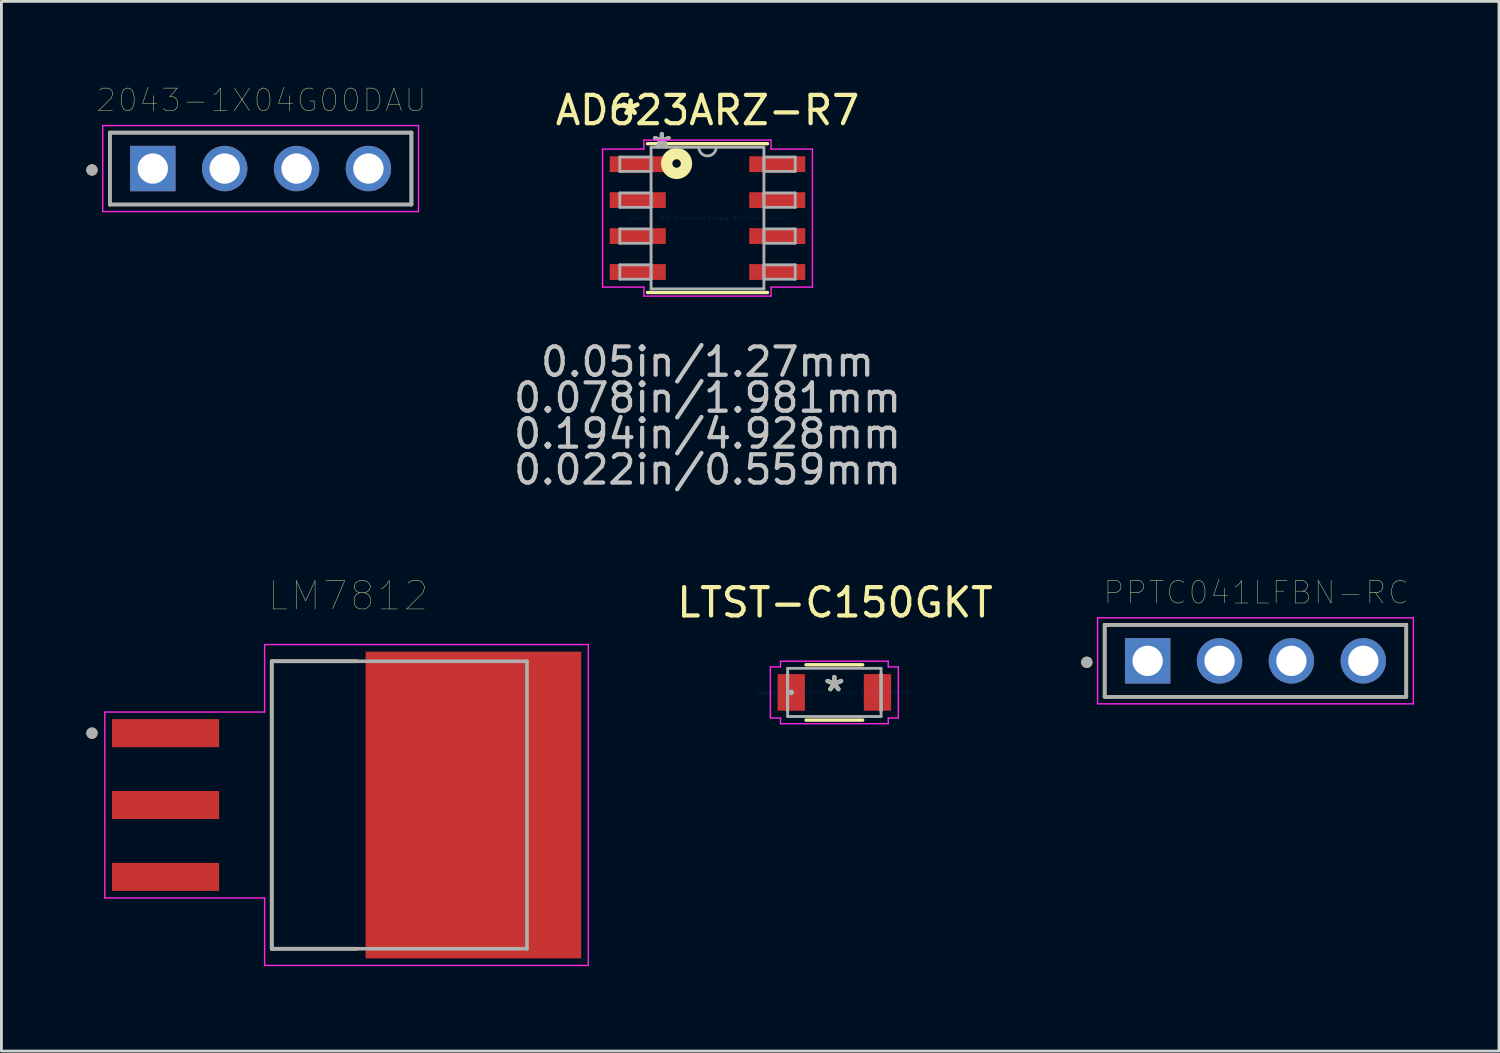
<source format=kicad_pcb>
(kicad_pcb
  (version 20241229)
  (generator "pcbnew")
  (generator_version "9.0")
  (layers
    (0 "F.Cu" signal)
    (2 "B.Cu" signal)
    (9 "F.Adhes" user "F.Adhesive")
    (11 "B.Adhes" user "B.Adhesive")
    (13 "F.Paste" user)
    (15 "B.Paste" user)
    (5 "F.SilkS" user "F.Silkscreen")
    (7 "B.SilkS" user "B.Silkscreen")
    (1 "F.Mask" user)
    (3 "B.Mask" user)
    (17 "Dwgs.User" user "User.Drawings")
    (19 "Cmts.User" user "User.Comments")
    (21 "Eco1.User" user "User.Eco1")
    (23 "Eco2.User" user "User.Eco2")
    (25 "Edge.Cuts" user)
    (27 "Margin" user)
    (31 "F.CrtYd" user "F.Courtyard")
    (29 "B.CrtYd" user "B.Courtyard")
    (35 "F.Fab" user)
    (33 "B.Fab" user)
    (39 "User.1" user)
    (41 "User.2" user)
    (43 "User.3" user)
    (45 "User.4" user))
  (footprint "2043-1X04G00DAU"
    (layer "F.Cu")
    (at 6.16 2.907)
    (property "Reference" "2043-1X04G00DAU" (at 0.025 -2.413 0) (layer "F.SilkS") (effects (font (size 0.8 0.8) (thickness 0.015))))
    (attr through_hole)
    (fp_line (start -5.33 -1.27) (end -5.33 1.27) (stroke (width 0.127) (type solid)) (layer "F.SilkS"))
    (fp_line (start -5.33 1.27) (end 5.33 1.27) (stroke (width 0.127) (type solid)) (layer "F.SilkS"))
    (fp_line (start 5.33 -1.27) (end -5.33 -1.27) (stroke (width 0.127) (type solid)) (layer "F.SilkS"))
    (fp_line (start 5.33 1.27) (end 5.33 -1.27) (stroke (width 0.127) (type solid)) (layer "F.SilkS"))
    (fp_circle (center -5.96 0.05) (end -5.86 0.05) (stroke (width 0.2) (type solid)) (fill no) (layer "F.SilkS"))
    (fp_line (start -5.58 -1.52) (end -5.58 1.52) (stroke (width 0.05) (type solid)) (layer "F.CrtYd"))
    (fp_line (start -5.58 1.52) (end 5.58 1.52) (stroke (width 0.05) (type solid)) (layer "F.CrtYd"))
    (fp_line (start 5.58 -1.52) (end -5.58 -1.52) (stroke (width 0.05) (type solid)) (layer "F.CrtYd"))
    (fp_line (start 5.58 1.52) (end 5.58 -1.52) (stroke (width 0.05) (type solid)) (layer "F.CrtYd"))
    (fp_line (start -5.33 -1.27) (end -5.33 1.27) (stroke (width 0.127) (type solid)) (layer "F.Fab"))
    (fp_line (start -5.33 1.27) (end 5.33 1.27) (stroke (width 0.127) (type solid)) (layer "F.Fab"))
    (fp_line (start 5.33 -1.27) (end -5.33 -1.27) (stroke (width 0.127) (type solid)) (layer "F.Fab"))
    (fp_line (start 5.33 1.27) (end 5.33 -1.27) (stroke (width 0.127) (type solid)) (layer "F.Fab"))
    (fp_circle (center -5.96 0.05) (end -5.86 0.05) (stroke (width 0.2) (type solid)) (fill no) (layer "F.Fab"))
    (pad "1" thru_hole rect (at -3.81 0) (size 1.605 1.605) (drill 1.07) (layers "*.Cu" "*.Mask"))
    (pad "2" thru_hole circle (at -1.27 0) (size 1.605 1.605) (drill 1.07) (layers "*.Cu" "*.Mask"))
    (pad "3" thru_hole circle (at 1.27 0) (size 1.605 1.605) (drill 1.07) (layers "*.Cu" "*.Mask"))
    (pad "4" thru_hole circle (at 3.81 0) (size 1.605 1.605) (drill 1.07) (layers "*.Cu" "*.Mask")))
  (footprint "LTST-C150GKT"
    (layer "F.Cu")
    (at 26.436 21.42)
    (property "Reference" "LTST-C150GKT" (at 0.025 -3.175 0) (layer "F.SilkS") (effects (font (size 1 1) (thickness 0.15))))
    (attr through_hole)
    (fp_line (start -1 0.978) (end 1 0.978) (stroke (width 0.12) (type solid)) (layer "F.SilkS"))
    (fp_line (start 1 -0.978) (end -1 -0.978) (stroke (width 0.12) (type solid)) (layer "F.SilkS"))
    (fp_line (start -2.261 -0.902) (end -1.905 -0.902) (stroke (width 0.05) (type solid)) (layer "F.CrtYd"))
    (fp_line (start -2.261 0.902) (end -2.261 -0.902) (stroke (width 0.05) (type solid)) (layer "F.CrtYd"))
    (fp_line (start -1.905 -1.105) (end 1.905 -1.105) (stroke (width 0.05) (type solid)) (layer "F.CrtYd"))
    (fp_line (start -1.905 -0.902) (end -1.905 -1.105) (stroke (width 0.05) (type solid)) (layer "F.CrtYd"))
    (fp_line (start -1.905 0.902) (end -2.261 0.902) (stroke (width 0.05) (type solid)) (layer "F.CrtYd"))
    (fp_line (start -1.905 1.105) (end -1.905 0.902) (stroke (width 0.05) (type solid)) (layer "F.CrtYd"))
    (fp_line (start 1.905 -1.105) (end 1.905 -0.902) (stroke (width 0.05) (type solid)) (layer "F.CrtYd"))
    (fp_line (start 1.905 -0.902) (end 2.261 -0.902) (stroke (width 0.05) (type solid)) (layer "F.CrtYd"))
    (fp_line (start 1.905 0.902) (end 1.905 1.105) (stroke (width 0.05) (type solid)) (layer "F.CrtYd"))
    (fp_line (start 1.905 1.105) (end -1.905 1.105) (stroke (width 0.05) (type solid)) (layer "F.CrtYd"))
    (fp_line (start 2.261 -0.902) (end 2.261 0.902) (stroke (width 0.05) (type solid)) (layer "F.CrtYd"))
    (fp_line (start 2.261 0.902) (end 1.905 0.902) (stroke (width 0.05) (type solid)) (layer "F.CrtYd"))
    (fp_line (start -1.651 -0.851) (end -1.651 0.851) (stroke (width 0.1) (type solid)) (layer "F.Fab"))
    (fp_line (start -1.651 -0.648) (end -1.651 -0.648) (stroke (width 0.1) (type solid)) (layer "F.Fab"))
    (fp_line (start -1.651 -0.648) (end -1.651 0.648) (stroke (width 0.1) (type solid)) (layer "F.Fab"))
    (fp_line (start -1.651 0.648) (end -1.651 -0.648) (stroke (width 0.1) (type solid)) (layer "F.Fab"))
    (fp_line (start -1.651 0.648) (end -1.651 0.648) (stroke (width 0.1) (type solid)) (layer "F.Fab"))
    (fp_line (start -1.651 0.851) (end 1.651 0.851) (stroke (width 0.1) (type solid)) (layer "F.Fab"))
    (fp_line (start 1.651 -0.851) (end -1.651 -0.851) (stroke (width 0.1) (type solid)) (layer "F.Fab"))
    (fp_line (start 1.651 -0.648) (end 1.651 -0.648) (stroke (width 0.1) (type solid)) (layer "F.Fab"))
    (fp_line (start 1.651 -0.648) (end 1.651 0.648) (stroke (width 0.1) (type solid)) (layer "F.Fab"))
    (fp_line (start 1.651 0.648) (end 1.651 -0.648) (stroke (width 0.1) (type solid)) (layer "F.Fab"))
    (fp_line (start 1.651 0.648) (end 1.651 0.648) (stroke (width 0.1) (type solid)) (layer "F.Fab"))
    (fp_line (start 1.651 0.851) (end 1.651 -0.851) (stroke (width 0.1) (type solid)) (layer "F.Fab"))
    (fp_circle (center -1.524 0) (end -1.524 0) (stroke (width 0.1) (type solid)) (fill no) (layer "F.Fab"))
    (fp_text user "*" (at 0 0 0) (layer "F.SilkS") (effects (font (size 1 1) (thickness 0.15))))
    (fp_text user "Copyright 2021 Accelerated Designs. All rights reserved." (at 0 0 0) (layer "Cmts.User") (effects (font (size 0.127 0.127) (thickness 0.002))))
    (fp_text user "*" (at 0 0 0) (layer "F.Fab") (effects (font (size 1 1) (thickness 0.15))))
    (pad "1" smd rect (at -1.524 0) (size 0.965 1.295) (layers "F.Cu" "F.Mask" "F.Paste"))
    (pad "2" smd rect (at 1.524 0) (size 0.965 1.295) (layers "F.Cu" "F.Mask" "F.Paste")))
  (footprint "AD623ARZ-R7"
    (layer "F.Cu")
    (at 21.953 4.658)
    (property "Reference" "AD623ARZ-R7" (at 0 -3.81 0) (layer "F.SilkS") (effects (font (size 1 1) (thickness 0.15))))
    (attr through_hole)
    (fp_line (start -2.121 2.629) (end 2.121 2.629) (stroke (width 0.12) (type solid)) (layer "F.SilkS"))
    (fp_line (start 2.121 -2.629) (end -2.121 -2.629) (stroke (width 0.12) (type solid)) (layer "F.SilkS"))
    (fp_circle (center -1.092 -1.93) (end -0.942 -1.93) (stroke (width 0.4) (type solid)) (fill no) (layer "F.SilkS"))
    (fp_line (start -3.708 -2.438) (end -2.248 -2.438) (stroke (width 0.05) (type solid)) (layer "F.CrtYd"))
    (fp_line (start -3.708 2.438) (end -3.708 -2.438) (stroke (width 0.05) (type solid)) (layer "F.CrtYd"))
    (fp_line (start -2.248 -2.756) (end 2.248 -2.756) (stroke (width 0.05) (type solid)) (layer "F.CrtYd"))
    (fp_line (start -2.248 -2.438) (end -2.248 -2.756) (stroke (width 0.05) (type solid)) (layer "F.CrtYd"))
    (fp_line (start -2.248 2.438) (end -3.708 2.438) (stroke (width 0.05) (type solid)) (layer "F.CrtYd"))
    (fp_line (start -2.248 2.756) (end -2.248 2.438) (stroke (width 0.05) (type solid)) (layer "F.CrtYd"))
    (fp_line (start 2.248 -2.756) (end 2.248 -2.438) (stroke (width 0.05) (type solid)) (layer "F.CrtYd"))
    (fp_line (start 2.248 -2.438) (end 3.708 -2.438) (stroke (width 0.05) (type solid)) (layer "F.CrtYd"))
    (fp_line (start 2.248 2.438) (end 2.248 2.756) (stroke (width 0.05) (type solid)) (layer "F.CrtYd"))
    (fp_line (start 2.248 2.756) (end -2.248 2.756) (stroke (width 0.05) (type solid)) (layer "F.CrtYd"))
    (fp_line (start 3.708 -2.438) (end 3.708 2.438) (stroke (width 0.05) (type solid)) (layer "F.CrtYd"))
    (fp_line (start 3.708 2.438) (end 2.248 2.438) (stroke (width 0.05) (type solid)) (layer "F.CrtYd"))
    (fp_line (start -3.099 -2.159) (end -3.099 -1.651) (stroke (width 0.1) (type solid)) (layer "F.Fab"))
    (fp_line (start -3.099 -1.651) (end -1.994 -1.651) (stroke (width 0.1) (type solid)) (layer "F.Fab"))
    (fp_line (start -3.099 -0.889) (end -3.099 -0.381) (stroke (width 0.1) (type solid)) (layer "F.Fab"))
    (fp_line (start -3.099 -0.381) (end -1.994 -0.381) (stroke (width 0.1) (type solid)) (layer "F.Fab"))
    (fp_line (start -3.099 0.381) (end -3.099 0.889) (stroke (width 0.1) (type solid)) (layer "F.Fab"))
    (fp_line (start -3.099 0.889) (end -1.994 0.889) (stroke (width 0.1) (type solid)) (layer "F.Fab"))
    (fp_line (start -3.099 1.651) (end -3.099 2.159) (stroke (width 0.1) (type solid)) (layer "F.Fab"))
    (fp_line (start -3.099 2.159) (end -1.994 2.159) (stroke (width 0.1) (type solid)) (layer "F.Fab"))
    (fp_line (start -1.994 -2.502) (end -1.994 2.502) (stroke (width 0.1) (type solid)) (layer "F.Fab"))
    (fp_line (start -1.994 -2.159) (end -3.099 -2.159) (stroke (width 0.1) (type solid)) (layer "F.Fab"))
    (fp_line (start -1.994 -1.651) (end -1.994 -2.159) (stroke (width 0.1) (type solid)) (layer "F.Fab"))
    (fp_line (start -1.994 -0.889) (end -3.099 -0.889) (stroke (width 0.1) (type solid)) (layer "F.Fab"))
    (fp_line (start -1.994 -0.381) (end -1.994 -0.889) (stroke (width 0.1) (type solid)) (layer "F.Fab"))
    (fp_line (start -1.994 0.381) (end -3.099 0.381) (stroke (width 0.1) (type solid)) (layer "F.Fab"))
    (fp_line (start -1.994 0.889) (end -1.994 0.381) (stroke (width 0.1) (type solid)) (layer "F.Fab"))
    (fp_line (start -1.994 1.651) (end -3.099 1.651) (stroke (width 0.1) (type solid)) (layer "F.Fab"))
    (fp_line (start -1.994 2.159) (end -1.994 1.651) (stroke (width 0.1) (type solid)) (layer "F.Fab"))
    (fp_line (start -1.994 2.502) (end 1.994 2.502) (stroke (width 0.1) (type solid)) (layer "F.Fab"))
    (fp_line (start 1.994 -2.502) (end -1.994 -2.502) (stroke (width 0.1) (type solid)) (layer "F.Fab"))
    (fp_line (start 1.994 -2.159) (end 1.994 -1.651) (stroke (width 0.1) (type solid)) (layer "F.Fab"))
    (fp_line (start 1.994 -1.651) (end 3.099 -1.651) (stroke (width 0.1) (type solid)) (layer "F.Fab"))
    (fp_line (start 1.994 -0.889) (end 1.994 -0.381) (stroke (width 0.1) (type solid)) (layer "F.Fab"))
    (fp_line (start 1.994 -0.381) (end 3.099 -0.381) (stroke (width 0.1) (type solid)) (layer "F.Fab"))
    (fp_line (start 1.994 0.381) (end 1.994 0.889) (stroke (width 0.1) (type solid)) (layer "F.Fab"))
    (fp_line (start 1.994 0.889) (end 3.099 0.889) (stroke (width 0.1) (type solid)) (layer "F.Fab"))
    (fp_line (start 1.994 1.651) (end 1.994 2.159) (stroke (width 0.1) (type solid)) (layer "F.Fab"))
    (fp_line (start 1.994 2.159) (end 3.099 2.159) (stroke (width 0.1) (type solid)) (layer "F.Fab"))
    (fp_line (start 1.994 2.502) (end 1.994 -2.502) (stroke (width 0.1) (type solid)) (layer "F.Fab"))
    (fp_line (start 3.099 -2.159) (end 1.994 -2.159) (stroke (width 0.1) (type solid)) (layer "F.Fab"))
    (fp_line (start 3.099 -1.651) (end 3.099 -2.159) (stroke (width 0.1) (type solid)) (layer "F.Fab"))
    (fp_line (start 3.099 -0.889) (end 1.994 -0.889) (stroke (width 0.1) (type solid)) (layer "F.Fab"))
    (fp_line (start 3.099 -0.381) (end 3.099 -0.889) (stroke (width 0.1) (type solid)) (layer "F.Fab"))
    (fp_line (start 3.099 0.381) (end 1.994 0.381) (stroke (width 0.1) (type solid)) (layer "F.Fab"))
    (fp_line (start 3.099 0.889) (end 3.099 0.381) (stroke (width 0.1) (type solid)) (layer "F.Fab"))
    (fp_line (start 3.099 1.651) (end 1.994 1.651) (stroke (width 0.1) (type solid)) (layer "F.Fab"))
    (fp_line (start 3.099 2.159) (end 3.099 1.651) (stroke (width 0.1) (type solid)) (layer "F.Fab"))
    (fp_arc (start 0.3048 -2.5019) (mid 0 -2.1971) (end -0.3048 -2.5019) (stroke (width 0.1) (type solid)) (layer "F.Fab"))
    (fp_text user "*" (at -2.718 -3.607 0) (layer "F.SilkS") (effects (font (size 1 1) (thickness 0.15))))
    (fp_text user "*" (at -2.718 -3.607 0) (layer "F.SilkS") (effects (font (size 1 1) (thickness 0.15))))
    (fp_text user "0.194in/4.928mm" (at 0 7.62 0) (layer "Dwgs.User") (effects (font (size 1 1) (thickness 0.15))))
    (fp_text user "0.078in/1.981mm" (at 0 6.35 0) (layer "Dwgs.User") (effects (font (size 1 1) (thickness 0.15))))
    (fp_text user "0.05in/1.27mm" (at 0 5.08 0) (layer "Dwgs.User") (effects (font (size 1 1) (thickness 0.15))))
    (fp_text user "0.022in/0.559mm" (at 0 8.89 0) (layer "Dwgs.User") (effects (font (size 1 1) (thickness 0.15))))
    (fp_text user "Copyright 2021 Accelerated Designs. All rights reserved." (at 0 0 0) (layer "Cmts.User") (effects (font (size 0.127 0.127) (thickness 0.002))))
    (fp_text user "*" (at -1.613 -2.426 0) (layer "F.Fab") (effects (font (size 1 1) (thickness 0.15))))
    (fp_text user "*" (at -1.613 -2.426 0) (layer "F.Fab") (effects (font (size 1 1) (thickness 0.15))))
    (pad "1" smd rect (at -2.464 -1.905) (size 1.981 0.559) (layers "F.Cu" "F.Mask" "F.Paste"))
    (pad "2" smd rect (at -2.464 -0.635) (size 1.981 0.559) (layers "F.Cu" "F.Mask" "F.Paste"))
    (pad "3" smd rect (at -2.464 0.635) (size 1.981 0.559) (layers "F.Cu" "F.Mask" "F.Paste"))
    (pad "4" smd rect (at -2.464 1.905) (size 1.981 0.559) (layers "F.Cu" "F.Mask" "F.Paste"))
    (pad "5" smd rect (at 2.464 1.905) (size 1.981 0.559) (layers "F.Cu" "F.Mask" "F.Paste"))
    (pad "6" smd rect (at 2.464 0.635) (size 1.981 0.559) (layers "F.Cu" "F.Mask" "F.Paste"))
    (pad "7" smd rect (at 2.464 -0.635) (size 1.981 0.559) (layers "F.Cu" "F.Mask" "F.Paste"))
    (pad "8" smd rect (at 2.464 -1.905) (size 1.981 0.559) (layers "F.Cu" "F.Mask" "F.Paste")))
  (footprint "PPTC041LFBN-RC"
    (layer "F.Cu")
    (at 41.318 20.304)
    (property "Reference" "PPTC041LFBN-RC" (at 0.025 -2.413 0) (layer "F.SilkS") (effects (font (size 0.8 0.8) (thickness 0.015))))
    (attr through_hole)
    (fp_line (start -5.33 -1.27) (end -5.33 1.27) (stroke (width 0.127) (type solid)) (layer "F.SilkS"))
    (fp_line (start -5.33 1.27) (end 5.33 1.27) (stroke (width 0.127) (type solid)) (layer "F.SilkS"))
    (fp_line (start 5.33 -1.27) (end -5.33 -1.27) (stroke (width 0.127) (type solid)) (layer "F.SilkS"))
    (fp_line (start 5.33 1.27) (end 5.33 -1.27) (stroke (width 0.127) (type solid)) (layer "F.SilkS"))
    (fp_circle (center -5.96 0.05) (end -5.86 0.05) (stroke (width 0.2) (type solid)) (fill no) (layer "F.SilkS"))
    (fp_line (start -5.58 -1.52) (end -5.58 1.52) (stroke (width 0.05) (type solid)) (layer "F.CrtYd"))
    (fp_line (start -5.58 1.52) (end 5.58 1.52) (stroke (width 0.05) (type solid)) (layer "F.CrtYd"))
    (fp_line (start 5.58 -1.52) (end -5.58 -1.52) (stroke (width 0.05) (type solid)) (layer "F.CrtYd"))
    (fp_line (start 5.58 1.52) (end 5.58 -1.52) (stroke (width 0.05) (type solid)) (layer "F.CrtYd"))
    (fp_line (start -5.33 -1.27) (end -5.33 1.27) (stroke (width 0.127) (type solid)) (layer "F.Fab"))
    (fp_line (start -5.33 1.27) (end 5.33 1.27) (stroke (width 0.127) (type solid)) (layer "F.Fab"))
    (fp_line (start 5.33 -1.27) (end -5.33 -1.27) (stroke (width 0.127) (type solid)) (layer "F.Fab"))
    (fp_line (start 5.33 1.27) (end 5.33 -1.27) (stroke (width 0.127) (type solid)) (layer "F.Fab"))
    (fp_circle (center -5.96 0.05) (end -5.86 0.05) (stroke (width 0.2) (type solid)) (fill no) (layer "F.Fab"))
    (pad "1" thru_hole rect (at -3.81 0) (size 1.605 1.605) (drill 1.07) (layers "*.Cu" "*.Mask"))
    (pad "2" thru_hole circle (at -1.27 0) (size 1.605 1.605) (drill 1.07) (layers "*.Cu" "*.Mask"))
    (pad "3" thru_hole circle (at 1.27 0) (size 1.605 1.605) (drill 1.07) (layers "*.Cu" "*.Mask"))
    (pad "4" thru_hole circle (at 3.81 0) (size 1.605 1.605) (drill 1.07) (layers "*.Cu" "*.Mask")))
  (footprint "LM7812"
    (layer "F.Cu")
    (at 9.2 25.399)
    (property "Reference" "LM7812" (at 0.051 -7.391 0) (layer "F.SilkS") (effects (font (size 1 1) (thickness 0.015))))
    (attr through_hole)
    (fp_line (start -2.648 -5.08) (end -2.648 5.08) (stroke (width 0.127) (type solid)) (layer "F.SilkS"))
    (fp_line (start -2.648 5.08) (end 0.35 5.08) (stroke (width 0.127) (type solid)) (layer "F.SilkS"))
    (fp_line (start 0.35 -5.08) (end -2.648 -5.08) (stroke (width 0.127) (type solid)) (layer "F.SilkS"))
    (fp_circle (center -9 -2.54) (end -8.9 -2.54) (stroke (width 0.2) (type solid)) (fill no) (layer "F.SilkS"))
    (fp_poly (pts (xy 1.215 -5.13) (xy 2.665 -5.13) (xy 2.665 -3.87) (xy 1.215 -3.87)) (stroke (width 0.01) (type solid)) (fill yes) (layer "F.Paste"))
    (fp_poly (pts (xy 1.215 -3.33) (xy 2.665 -3.33) (xy 2.665 -2.07) (xy 1.215 -2.07)) (stroke (width 0.01) (type solid)) (fill yes) (layer "F.Paste"))
    (fp_poly (pts (xy 1.215 -1.53) (xy 2.665 -1.53) (xy 2.665 -0.27) (xy 1.215 -0.27)) (stroke (width 0.01) (type solid)) (fill yes) (layer "F.Paste"))
    (fp_poly (pts (xy 1.215 0.27) (xy 2.665 0.27) (xy 2.665 1.53) (xy 1.215 1.53)) (stroke (width 0.01) (type solid)) (fill yes) (layer "F.Paste"))
    (fp_poly (pts (xy 1.215 2.07) (xy 2.665 2.07) (xy 2.665 3.33) (xy 1.215 3.33)) (stroke (width 0.01) (type solid)) (fill yes) (layer "F.Paste"))
    (fp_poly (pts (xy 1.215 3.87) (xy 2.665 3.87) (xy 2.665 5.13) (xy 1.215 5.13)) (stroke (width 0.01) (type solid)) (fill yes) (layer "F.Paste"))
    (fp_poly (pts (xy 3.755 -5.13) (xy 5.205 -5.13) (xy 5.205 -3.87) (xy 3.755 -3.87)) (stroke (width 0.01) (type solid)) (fill yes) (layer "F.Paste"))
    (fp_poly (pts (xy 3.755 -3.33) (xy 5.205 -3.33) (xy 5.205 -2.07) (xy 3.755 -2.07)) (stroke (width 0.01) (type solid)) (fill yes) (layer "F.Paste"))
    (fp_poly (pts (xy 3.755 -1.53) (xy 5.205 -1.53) (xy 5.205 -0.27) (xy 3.755 -0.27)) (stroke (width 0.01) (type solid)) (fill yes) (layer "F.Paste"))
    (fp_poly (pts (xy 3.755 0.27) (xy 5.205 0.27) (xy 5.205 1.53) (xy 3.755 1.53)) (stroke (width 0.01) (type solid)) (fill yes) (layer "F.Paste"))
    (fp_poly (pts (xy 3.755 2.07) (xy 5.205 2.07) (xy 5.205 3.33) (xy 3.755 3.33)) (stroke (width 0.01) (type solid)) (fill yes) (layer "F.Paste"))
    (fp_poly (pts (xy 3.755 3.87) (xy 5.205 3.87) (xy 5.205 5.13) (xy 3.755 5.13)) (stroke (width 0.01) (type solid)) (fill yes) (layer "F.Paste"))
    (fp_poly (pts (xy 6.295 -5.13) (xy 7.745 -5.13) (xy 7.745 -3.87) (xy 6.295 -3.87)) (stroke (width 0.01) (type solid)) (fill yes) (layer "F.Paste"))
    (fp_poly (pts (xy 6.295 -3.33) (xy 7.745 -3.33) (xy 7.745 -2.07) (xy 6.295 -2.07)) (stroke (width 0.01) (type solid)) (fill yes) (layer "F.Paste"))
    (fp_poly (pts (xy 6.295 -1.53) (xy 7.745 -1.53) (xy 7.745 -0.27) (xy 6.295 -0.27)) (stroke (width 0.01) (type solid)) (fill yes) (layer "F.Paste"))
    (fp_poly (pts (xy 6.295 0.27) (xy 7.745 0.27) (xy 7.745 1.53) (xy 6.295 1.53)) (stroke (width 0.01) (type solid)) (fill yes) (layer "F.Paste"))
    (fp_poly (pts (xy 6.295 2.07) (xy 7.745 2.07) (xy 7.745 3.33) (xy 6.295 3.33)) (stroke (width 0.01) (type solid)) (fill yes) (layer "F.Paste"))
    (fp_poly (pts (xy 6.295 3.87) (xy 7.745 3.87) (xy 7.745 5.13) (xy 6.295 5.13)) (stroke (width 0.01) (type solid)) (fill yes) (layer "F.Paste"))
    (fp_line (start -8.545 -3.285) (end -8.545 3.285) (stroke (width 0.05) (type solid)) (layer "F.CrtYd"))
    (fp_line (start -8.545 3.285) (end -2.898 3.285) (stroke (width 0.05) (type solid)) (layer "F.CrtYd"))
    (fp_line (start -2.898 -5.67) (end -2.898 -3.285) (stroke (width 0.05) (type solid)) (layer "F.CrtYd"))
    (fp_line (start -2.898 -3.285) (end -8.545 -3.285) (stroke (width 0.05) (type solid)) (layer "F.CrtYd"))
    (fp_line (start -2.898 3.285) (end -2.898 5.67) (stroke (width 0.05) (type solid)) (layer "F.CrtYd"))
    (fp_line (start -2.898 5.67) (end 8.54 5.67) (stroke (width 0.05) (type solid)) (layer "F.CrtYd"))
    (fp_line (start 8.54 -5.67) (end -2.898 -5.67) (stroke (width 0.05) (type solid)) (layer "F.CrtYd"))
    (fp_line (start 8.54 5.67) (end 8.54 -5.67) (stroke (width 0.05) (type solid)) (layer "F.CrtYd"))
    (fp_line (start -2.648 -5.08) (end 6.373 -5.08) (stroke (width 0.127) (type solid)) (layer "F.Fab"))
    (fp_line (start -2.648 5.08) (end -2.648 -5.08) (stroke (width 0.127) (type solid)) (layer "F.Fab"))
    (fp_line (start 6.373 -5.08) (end 6.373 5.08) (stroke (width 0.127) (type solid)) (layer "F.Fab"))
    (fp_line (start 6.373 5.08) (end -2.648 5.08) (stroke (width 0.127) (type solid)) (layer "F.Fab"))
    (fp_circle (center -9 -2.54) (end -8.9 -2.54) (stroke (width 0.2) (type solid)) (fill no) (layer "F.Fab"))
    (pad "1" smd rect (at -6.4 -2.54) (size 3.79 0.99) (layers "F.Cu" "F.Mask" "F.Paste"))
    (pad "2" smd rect (at -6.4 0) (size 3.79 0.99) (layers "F.Cu" "F.Mask" "F.Paste"))
    (pad "3" smd rect (at -6.4 2.54) (size 3.79 0.99) (layers "F.Cu" "F.Mask" "F.Paste"))
    (pad "4" smd rect (at 4.48 0) (size 7.62 10.84) (layers "F.Cu" "F.Mask")))
  (gr_rect
    (start -3 -3)
    (end 49.923 34.094)
    (stroke (width 0.1) (type default))
    (fill no)
    (layer "Edge.Cuts")))
</source>
